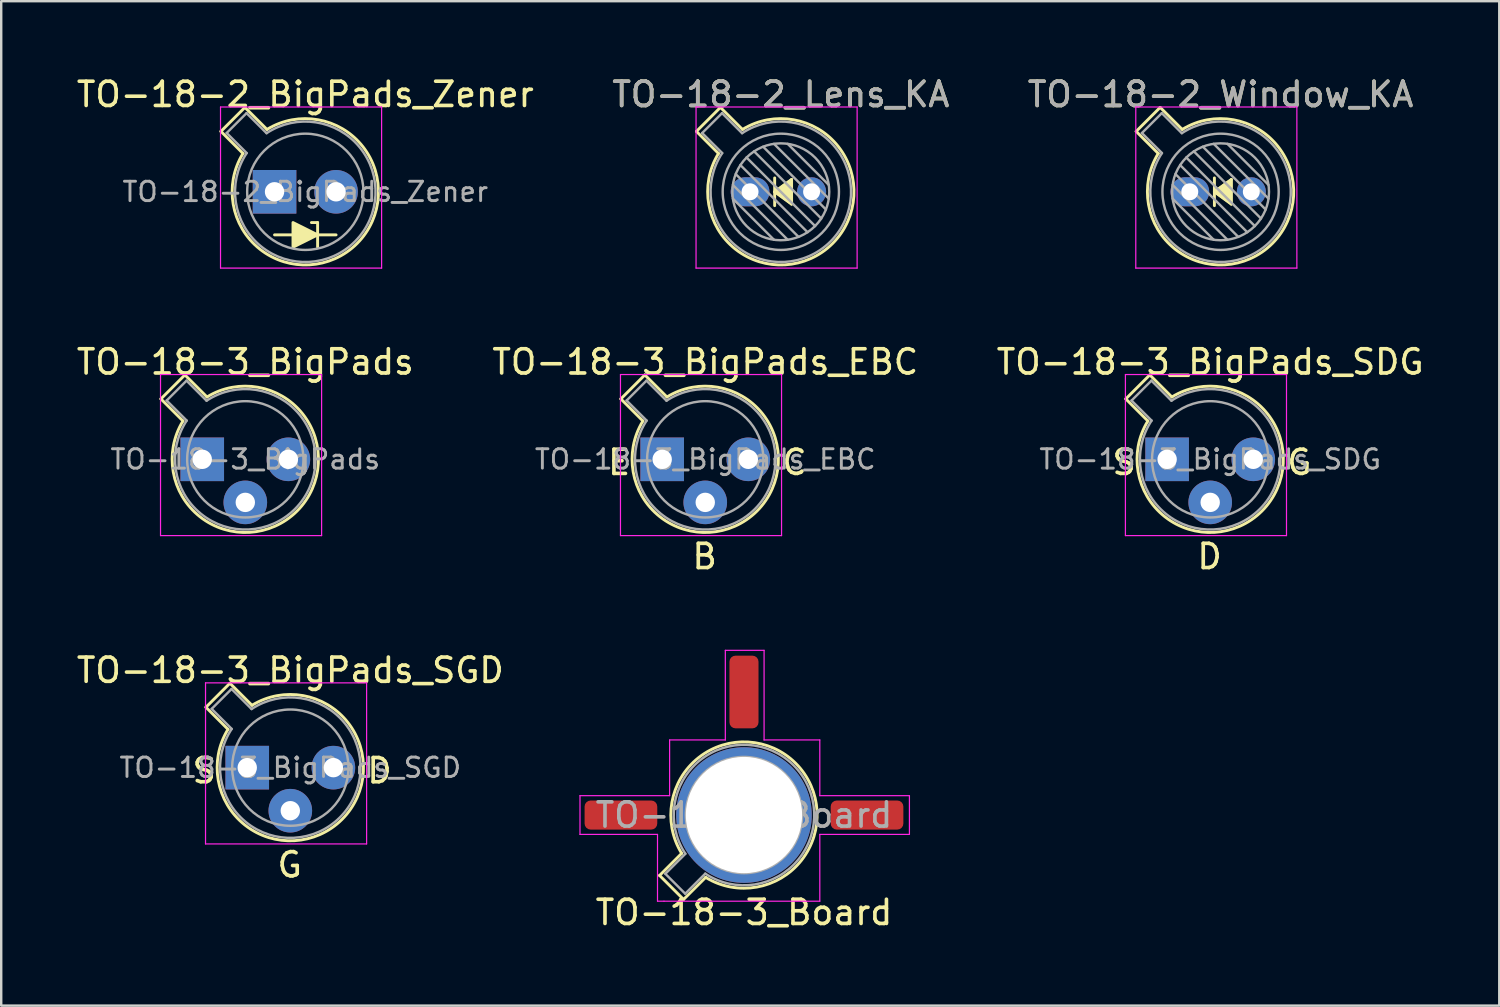
<source format=kicad_pcb>
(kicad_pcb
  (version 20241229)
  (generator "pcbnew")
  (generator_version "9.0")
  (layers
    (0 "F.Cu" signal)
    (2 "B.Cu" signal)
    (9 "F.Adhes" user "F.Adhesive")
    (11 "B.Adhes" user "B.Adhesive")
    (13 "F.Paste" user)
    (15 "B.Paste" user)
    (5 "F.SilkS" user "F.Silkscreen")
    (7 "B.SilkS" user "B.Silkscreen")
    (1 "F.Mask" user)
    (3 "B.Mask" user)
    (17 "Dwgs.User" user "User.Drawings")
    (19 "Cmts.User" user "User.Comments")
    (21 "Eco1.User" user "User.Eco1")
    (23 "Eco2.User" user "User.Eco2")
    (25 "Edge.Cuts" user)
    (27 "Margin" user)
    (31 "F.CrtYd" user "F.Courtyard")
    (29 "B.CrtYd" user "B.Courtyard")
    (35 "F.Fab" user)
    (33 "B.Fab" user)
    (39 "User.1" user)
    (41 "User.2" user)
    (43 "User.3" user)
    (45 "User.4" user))
  (footprint "TO-18-2_Lens_KA"
    (layer "F.Cu")
    (at 27.915 4.868)
    (property "Reference" "TO-18-2_Lens_KA" (at 1.27 -4.02 0) (layer "F.SilkS") (effects (font (size 1 1) (thickness 0.15))))
    (attr through_hole)
    (fp_line (start -2.214 -2.494) (end -1.302 -1.582) (stroke (width 0.12) (type solid)) (layer "F.SilkS"))
    (fp_line (start -1.224 -3.484) (end -2.214 -2.494) (stroke (width 0.12) (type solid)) (layer "F.SilkS"))
    (fp_line (start -0.312 -2.572) (end -1.224 -3.484) (stroke (width 0.12) (type solid)) (layer "F.SilkS"))
    (fp_line (start 1.016 0) (end 1.714 -0.508) (stroke (width 0.12) (type solid)) (layer "F.SilkS"))
    (fp_line (start 1.016 0.572) (end 1.016 -0.572) (stroke (width 0.12) (type solid)) (layer "F.SilkS"))
    (fp_line (start 1.714 -0.508) (end 1.714 0.508) (stroke (width 0.12) (type solid)) (layer "F.SilkS"))
    (fp_line (start 1.714 0.508) (end 1.016 0) (stroke (width 0.12) (type solid)) (layer "F.SilkS"))
    (fp_arc (start -0.312331 -2.572281) (mid 3.405374 2.135551) (end -1.30215 -1.582544) (stroke (width 0.12) (type solid)) (layer "F.SilkS"))
    (fp_poly (pts (xy 1.016 0) (xy 1.714 -0.508) (xy 1.714 0.508)) (stroke (width 0.1) (type solid)) (fill yes) (layer "F.SilkS"))
    (fp_line (start -2.23 -3.5) (end -2.23 3.15) (stroke (width 0.05) (type solid)) (layer "F.CrtYd"))
    (fp_line (start -2.23 3.15) (end 4.42 3.15) (stroke (width 0.05) (type solid)) (layer "F.CrtYd"))
    (fp_line (start 4.42 -3.5) (end -2.23 -3.5) (stroke (width 0.05) (type solid)) (layer "F.CrtYd"))
    (fp_line (start 4.42 3.15) (end 4.42 -3.5) (stroke (width 0.05) (type solid)) (layer "F.CrtYd"))
    (fp_line (start -1.977 -2.426) (end -1.149 -1.599) (stroke (width 0.1) (type solid)) (layer "F.Fab"))
    (fp_line (start -1.156 -3.247) (end -1.977 -2.426) (stroke (width 0.1) (type solid)) (layer "F.Fab"))
    (fp_line (start -0.71 -0.283) (end 1.553 1.98) (stroke (width 0.1) (type solid)) (layer "F.Fab"))
    (fp_line (start -0.71 0.283) (end 0.987 1.98) (stroke (width 0.1) (type solid)) (layer "F.Fab"))
    (fp_line (start -0.592 -0.731) (end 2.001 1.862) (stroke (width 0.1) (type solid)) (layer "F.Fab"))
    (fp_line (start -0.399 -1.103) (end 2.373 1.669) (stroke (width 0.1) (type solid)) (layer "F.Fab"))
    (fp_line (start -0.329 -2.419) (end -1.156 -3.247) (stroke (width 0.1) (type solid)) (layer "F.Fab"))
    (fp_line (start -0.145 -1.415) (end 2.685 1.415) (stroke (width 0.1) (type solid)) (layer "F.Fab"))
    (fp_line (start 0.167 -1.669) (end 2.939 1.103) (stroke (width 0.1) (type solid)) (layer "F.Fab"))
    (fp_line (start 0.539 -1.862) (end 3.132 0.731) (stroke (width 0.1) (type solid)) (layer "F.Fab"))
    (fp_line (start 0.987 -1.98) (end 3.25 0.283) (stroke (width 0.1) (type solid)) (layer "F.Fab"))
    (fp_line (start 1.553 -1.98) (end 3.25 -0.283) (stroke (width 0.1) (type solid)) (layer "F.Fab"))
    (fp_arc (start -0.329057 -2.419301) (mid 3.321076 2.050143) (end -1.150029 -1.597956) (stroke (width 0.1) (type solid)) (layer "F.Fab"))
    (fp_circle (center 1.27 0) (end 3.27 0) (stroke (width 0.1) (type solid)) (fill no) (layer "F.Fab"))
    (fp_circle (center 1.27 0) (end 3.67 0) (stroke (width 0.1) (type solid)) (fill no) (layer "F.Fab"))
    (fp_text user "${REFERENCE}" (at 1.27 -4.02 0) (layer "F.Fab") (effects (font (size 1 1) (thickness 0.15))))
    (pad "1" thru_hole oval (at 0 0) (size 1.6 1.2) (drill 0.7) (layers "*.Cu" "*.Mask"))
    (pad "2" thru_hole oval (at 2.54 0) (size 1.2 1.2) (drill 0.7) (layers "*.Cu" "*.Mask")))
  (footprint "TO-18-3_BigPads"
    (layer "F.Cu")
    (at 5.299 15.912)
    (property "Reference" "TO-18-3_BigPads" (at 1.778 -4.02 0) (layer "F.SilkS") (effects (font (size 1 1) (thickness 0.15))))
    (attr through_hole)
    (fp_line (start -1.706 -2.494) (end -0.794 -1.582) (stroke (width 0.12) (type solid)) (layer "F.SilkS"))
    (fp_line (start -0.716 -3.484) (end -1.706 -2.494) (stroke (width 0.12) (type solid)) (layer "F.SilkS"))
    (fp_line (start 0.196 -2.572) (end -0.716 -3.484) (stroke (width 0.12) (type solid)) (layer "F.SilkS"))
    (fp_arc (start 0.195669 -2.572281) (mid 3.913374 2.135551) (end -0.79415 -1.582544) (stroke (width 0.12) (type solid)) (layer "F.SilkS"))
    (fp_line (start -1.722 -3.5) (end -1.722 3.15) (stroke (width 0.05) (type solid)) (layer "F.CrtYd"))
    (fp_line (start -1.722 3.15) (end 4.928 3.15) (stroke (width 0.05) (type solid)) (layer "F.CrtYd"))
    (fp_line (start 4.928 -3.5) (end -1.722 -3.5) (stroke (width 0.05) (type solid)) (layer "F.CrtYd"))
    (fp_line (start 4.928 3.15) (end 4.928 -3.5) (stroke (width 0.05) (type solid)) (layer "F.CrtYd"))
    (fp_line (start -1.469 -2.426) (end -0.641 -1.599) (stroke (width 0.1) (type solid)) (layer "F.Fab"))
    (fp_line (start -0.648 -3.247) (end -1.469 -2.426) (stroke (width 0.1) (type solid)) (layer "F.Fab"))
    (fp_line (start 0.179 -2.419) (end -0.648 -3.247) (stroke (width 0.1) (type solid)) (layer "F.Fab"))
    (fp_arc (start 0.178943 -2.419301) (mid 3.829076 2.050143) (end -0.642029 -1.597956) (stroke (width 0.1) (type solid)) (layer "F.Fab"))
    (fp_circle (center 1.778 0) (end 4.178 0) (stroke (width 0.1) (type solid)) (fill no) (layer "F.Fab"))
    (fp_text user "${REFERENCE}" (at 1.778 0.000001 0) (layer "F.Fab") (effects (font (size 0.8 0.8) (thickness 0.12))))
    (pad "1" thru_hole rect (at 0 0) (size 1.8 1.8) (drill 0.8) (layers "*.Cu" "*.Mask"))
    (pad "2" thru_hole oval (at 1.778 1.778) (size 1.8 1.8) (drill 0.8) (layers "*.Cu" "*.Mask"))
    (pad "3" thru_hole oval (at 3.556 0) (size 1.8 1.8) (drill 0.8) (layers "*.Cu" "*.Mask")))
  (footprint "TO-18-3_BigPads_SGD"
    (layer "F.Cu")
    (at 7.157 28.641)
    (property "Reference" "TO-18-3_BigPads_SGD" (at 1.778 -4.02 0) (layer "F.SilkS") (effects (font (size 1 1) (thickness 0.15))))
    (attr through_hole)
    (fp_line (start -1.706 -2.494) (end -0.794 -1.582) (stroke (width 0.12) (type solid)) (layer "F.SilkS"))
    (fp_line (start -0.716 -3.484) (end -1.706 -2.494) (stroke (width 0.12) (type solid)) (layer "F.SilkS"))
    (fp_line (start 0.196 -2.572) (end -0.716 -3.484) (stroke (width 0.12) (type solid)) (layer "F.SilkS"))
    (fp_arc (start 0.195669 -2.572281) (mid 3.913374 2.135551) (end -0.79415 -1.582544) (stroke (width 0.12) (type solid)) (layer "F.SilkS"))
    (fp_line (start -1.722 -3.5) (end -1.722 3.15) (stroke (width 0.05) (type solid)) (layer "F.CrtYd"))
    (fp_line (start -1.722 3.15) (end 4.928 3.15) (stroke (width 0.05) (type solid)) (layer "F.CrtYd"))
    (fp_line (start 4.928 -3.5) (end -1.722 -3.5) (stroke (width 0.05) (type solid)) (layer "F.CrtYd"))
    (fp_line (start 4.928 3.15) (end 4.928 -3.5) (stroke (width 0.05) (type solid)) (layer "F.CrtYd"))
    (fp_line (start -1.469 -2.426) (end -0.641 -1.599) (stroke (width 0.1) (type solid)) (layer "F.Fab"))
    (fp_line (start -0.648 -3.247) (end -1.469 -2.426) (stroke (width 0.1) (type solid)) (layer "F.Fab"))
    (fp_line (start 0.179 -2.419) (end -0.648 -3.247) (stroke (width 0.1) (type solid)) (layer "F.Fab"))
    (fp_arc (start 0.178943 -2.419301) (mid 3.829076 2.050143) (end -0.642029 -1.597956) (stroke (width 0.1) (type solid)) (layer "F.Fab"))
    (fp_circle (center 1.778 0) (end 4.178 0) (stroke (width 0.1) (type solid)) (fill no) (layer "F.Fab"))
    (fp_text user "G" (at 1.753 4.013 0) (unlocked yes) (layer "F.SilkS") (effects (font (size 1 1) (thickness 0.15))))
    (fp_text user "D" (at 5.461 0.127 0) (unlocked yes) (layer "F.SilkS") (effects (font (size 1 1) (thickness 0.15))))
    (fp_text user "S" (at -1.778 0.127 0) (unlocked yes) (layer "F.SilkS") (effects (font (size 1 1) (thickness 0.15))))
    (fp_text user "${REFERENCE}" (at 1.778 0.000001 0) (layer "F.Fab") (effects (font (size 0.8 0.8) (thickness 0.12))))
    (pad "1" thru_hole rect (at 0 0) (size 1.8 1.8) (drill 0.8) (layers "*.Cu" "*.Mask"))
    (pad "2" thru_hole oval (at 1.778 1.778) (size 1.8 1.8) (drill 0.8) (layers "*.Cu" "*.Mask"))
    (pad "3" thru_hole oval (at 3.556 0) (size 1.8 1.8) (drill 0.8) (layers "*.Cu" "*.Mask")))
  (footprint "TO-18-3_BigPads_EBC"
    (layer "F.Cu")
    (at 24.287 15.912)
    (property "Reference" "TO-18-3_BigPads_EBC" (at 1.778 -4.02 0) (layer "F.SilkS") (effects (font (size 1 1) (thickness 0.15))))
    (attr through_hole)
    (fp_line (start -1.706 -2.494) (end -0.794 -1.582) (stroke (width 0.12) (type solid)) (layer "F.SilkS"))
    (fp_line (start -0.716 -3.484) (end -1.706 -2.494) (stroke (width 0.12) (type solid)) (layer "F.SilkS"))
    (fp_line (start 0.196 -2.572) (end -0.716 -3.484) (stroke (width 0.12) (type solid)) (layer "F.SilkS"))
    (fp_arc (start 0.195669 -2.572281) (mid 3.913374 2.135551) (end -0.79415 -1.582544) (stroke (width 0.12) (type solid)) (layer "F.SilkS"))
    (fp_line (start -1.722 -3.5) (end -1.722 3.15) (stroke (width 0.05) (type solid)) (layer "F.CrtYd"))
    (fp_line (start -1.722 3.15) (end 4.928 3.15) (stroke (width 0.05) (type solid)) (layer "F.CrtYd"))
    (fp_line (start 4.928 -3.5) (end -1.722 -3.5) (stroke (width 0.05) (type solid)) (layer "F.CrtYd"))
    (fp_line (start 4.928 3.15) (end 4.928 -3.5) (stroke (width 0.05) (type solid)) (layer "F.CrtYd"))
    (fp_line (start -1.469 -2.426) (end -0.641 -1.599) (stroke (width 0.1) (type solid)) (layer "F.Fab"))
    (fp_line (start -0.648 -3.247) (end -1.469 -2.426) (stroke (width 0.1) (type solid)) (layer "F.Fab"))
    (fp_line (start 0.179 -2.419) (end -0.648 -3.247) (stroke (width 0.1) (type solid)) (layer "F.Fab"))
    (fp_arc (start 0.178943 -2.419301) (mid 3.829076 2.050143) (end -0.642029 -1.597956) (stroke (width 0.1) (type solid)) (layer "F.Fab"))
    (fp_circle (center 1.778 0) (end 4.178 0) (stroke (width 0.1) (type solid)) (fill no) (layer "F.Fab"))
    (fp_text user "E" (at -1.778 0.127 0) (unlocked yes) (layer "F.SilkS") (effects (font (size 1 1) (thickness 0.15))))
    (fp_text user "C" (at 5.461 0.127 0) (unlocked yes) (layer "F.SilkS") (effects (font (size 1 1) (thickness 0.15))))
    (fp_text user "B" (at 1.753 4.013 0) (unlocked yes) (layer "F.SilkS") (effects (font (size 1 1) (thickness 0.15))))
    (fp_text user "${REFERENCE}" (at 1.778 0.000001 0) (layer "F.Fab") (effects (font (size 0.8 0.8) (thickness 0.12))))
    (pad "1" thru_hole rect (at 0 0) (size 1.8 1.8) (drill 0.8) (layers "*.Cu" "*.Mask"))
    (pad "2" thru_hole oval (at 1.778 1.778) (size 1.8 1.8) (drill 0.8) (layers "*.Cu" "*.Mask"))
    (pad "3" thru_hole oval (at 3.556 0) (size 1.8 1.8) (drill 0.8) (layers "*.Cu" "*.Mask")))
  (footprint "TO-18-2_BigPads_Zener"
    (layer "F.Cu")
    (at 8.284 4.868)
    (property "Reference" "TO-18-2_BigPads_Zener" (at 1.27 -4.02 0) (layer "F.SilkS") (effects (font (size 1 1) (thickness 0.15))))
    (attr through_hole)
    (fp_line (start -2.214 -2.494) (end -1.302 -1.582) (stroke (width 0.12) (type solid)) (layer "F.SilkS"))
    (fp_line (start -1.224 -3.484) (end -2.214 -2.494) (stroke (width 0.12) (type solid)) (layer "F.SilkS"))
    (fp_line (start -0.312 -2.572) (end -1.224 -3.484) (stroke (width 0.12) (type solid)) (layer "F.SilkS"))
    (fp_line (start 0 1.778) (end 2.54 1.778) (stroke (width 0.12) (type default)) (layer "F.SilkS"))
    (fp_line (start 1.778 1.27) (end 1.524 1.27) (stroke (width 0.12) (type default)) (layer "F.SilkS"))
    (fp_line (start 1.778 1.27) (end 1.778 2.286) (stroke (width 0.12) (type default)) (layer "F.SilkS"))
    (fp_arc (start -0.312331 -2.572281) (mid 3.405374 2.135551) (end -1.30215 -1.582544) (stroke (width 0.12) (type solid)) (layer "F.SilkS"))
    (fp_poly (pts (xy 0.762 1.27) (xy 1.778 1.778) (xy 0.762 2.286)) (stroke (width 0.12) (type solid)) (fill yes) (layer "F.SilkS"))
    (fp_line (start -2.23 -3.5) (end -2.23 3.15) (stroke (width 0.05) (type solid)) (layer "F.CrtYd"))
    (fp_line (start -2.23 3.15) (end 4.42 3.15) (stroke (width 0.05) (type solid)) (layer "F.CrtYd"))
    (fp_line (start 4.42 -3.5) (end -2.23 -3.5) (stroke (width 0.05) (type solid)) (layer "F.CrtYd"))
    (fp_line (start 4.42 3.15) (end 4.42 -3.5) (stroke (width 0.05) (type solid)) (layer "F.CrtYd"))
    (fp_line (start -1.977 -2.426) (end -1.149 -1.599) (stroke (width 0.1) (type solid)) (layer "F.Fab"))
    (fp_line (start -1.156 -3.247) (end -1.977 -2.426) (stroke (width 0.1) (type solid)) (layer "F.Fab"))
    (fp_line (start -0.329 -2.419) (end -1.156 -3.247) (stroke (width 0.1) (type solid)) (layer "F.Fab"))
    (fp_arc (start -0.329057 -2.419301) (mid 3.321075 2.050145) (end -1.150029 -1.597956) (stroke (width 0.1) (type solid)) (layer "F.Fab"))
    (fp_circle (center 1.27 0) (end 3.67 0) (stroke (width 0.1) (type solid)) (fill no) (layer "F.Fab"))
    (fp_text user "${REFERENCE}" (at 1.27 0 0) (layer "F.Fab") (effects (font (size 0.8 0.8) (thickness 0.12))))
    (pad "1" thru_hole rect (at 0 0) (size 1.8 1.8) (drill 0.8) (layers "*.Cu" "*.Mask"))
    (pad "2" thru_hole oval (at 2.54 0) (size 1.8 1.8) (drill 0.8) (layers "*.Cu" "*.Mask")))
  (footprint "TO-18-2_Window_KA"
    (layer "F.Cu")
    (at 46.069 4.868)
    (property "Reference" "TO-18-2_Window_KA" (at 1.27 -4.02 0) (layer "F.SilkS") (effects (font (size 1 1) (thickness 0.15))))
    (attr through_hole)
    (fp_line (start -2.214 -2.494) (end -1.302 -1.582) (stroke (width 0.12) (type solid)) (layer "F.SilkS"))
    (fp_line (start -1.224 -3.484) (end -2.214 -2.494) (stroke (width 0.12) (type solid)) (layer "F.SilkS"))
    (fp_line (start -0.312 -2.572) (end -1.224 -3.484) (stroke (width 0.12) (type solid)) (layer "F.SilkS"))
    (fp_line (start 1.016 0) (end 1.714 -0.508) (stroke (width 0.12) (type solid)) (layer "F.SilkS"))
    (fp_line (start 1.016 0.572) (end 1.016 -0.572) (stroke (width 0.12) (type solid)) (layer "F.SilkS"))
    (fp_line (start 1.714 -0.508) (end 1.714 0.508) (stroke (width 0.12) (type solid)) (layer "F.SilkS"))
    (fp_line (start 1.714 0.508) (end 1.016 0) (stroke (width 0.12) (type solid)) (layer "F.SilkS"))
    (fp_arc (start -0.312331 -2.572281) (mid 3.405374 2.135551) (end -1.30215 -1.582544) (stroke (width 0.12) (type solid)) (layer "F.SilkS"))
    (fp_poly (pts (xy 1.016 0) (xy 1.714 -0.508) (xy 1.714 0.508)) (stroke (width 0.1) (type solid)) (fill yes) (layer "F.SilkS"))
    (fp_line (start -2.23 -3.5) (end -2.23 3.15) (stroke (width 0.05) (type solid)) (layer "F.CrtYd"))
    (fp_line (start -2.23 3.15) (end 4.42 3.15) (stroke (width 0.05) (type solid)) (layer "F.CrtYd"))
    (fp_line (start 4.42 -3.5) (end -2.23 -3.5) (stroke (width 0.05) (type solid)) (layer "F.CrtYd"))
    (fp_line (start 4.42 3.15) (end 4.42 -3.5) (stroke (width 0.05) (type solid)) (layer "F.CrtYd"))
    (fp_line (start -1.977 -2.426) (end -1.149 -1.599) (stroke (width 0.1) (type solid)) (layer "F.Fab"))
    (fp_line (start -1.156 -3.247) (end -1.977 -2.426) (stroke (width 0.1) (type solid)) (layer "F.Fab"))
    (fp_line (start -0.71 -0.283) (end 1.553 1.98) (stroke (width 0.1) (type solid)) (layer "F.Fab"))
    (fp_line (start -0.71 0.283) (end 0.987 1.98) (stroke (width 0.1) (type solid)) (layer "F.Fab"))
    (fp_line (start -0.592 -0.731) (end 2.001 1.862) (stroke (width 0.1) (type solid)) (layer "F.Fab"))
    (fp_line (start -0.399 -1.103) (end 2.373 1.669) (stroke (width 0.1) (type solid)) (layer "F.Fab"))
    (fp_line (start -0.329 -2.419) (end -1.156 -3.247) (stroke (width 0.1) (type solid)) (layer "F.Fab"))
    (fp_line (start -0.145 -1.415) (end 2.685 1.415) (stroke (width 0.1) (type solid)) (layer "F.Fab"))
    (fp_line (start 0.167 -1.669) (end 2.939 1.103) (stroke (width 0.1) (type solid)) (layer "F.Fab"))
    (fp_line (start 0.539 -1.862) (end 3.132 0.731) (stroke (width 0.1) (type solid)) (layer "F.Fab"))
    (fp_line (start 0.987 -1.98) (end 3.25 0.283) (stroke (width 0.1) (type solid)) (layer "F.Fab"))
    (fp_line (start 1.553 -1.98) (end 3.25 -0.283) (stroke (width 0.1) (type solid)) (layer "F.Fab"))
    (fp_arc (start -0.329057 -2.419301) (mid 3.321076 2.050143) (end -1.150029 -1.597956) (stroke (width 0.1) (type solid)) (layer "F.Fab"))
    (fp_circle (center 1.27 0) (end 3.27 0) (stroke (width 0.1) (type solid)) (fill no) (layer "F.Fab"))
    (fp_circle (center 1.27 0) (end 3.67 0) (stroke (width 0.1) (type solid)) (fill no) (layer "F.Fab"))
    (fp_text user "${REFERENCE}" (at 1.27 -4.02 0) (layer "F.Fab") (effects (font (size 1 1) (thickness 0.15))))
    (pad "1" thru_hole oval (at 0 0) (size 1.6 1.2) (drill 0.7) (layers "*.Cu" "*.Mask"))
    (pad "2" thru_hole oval (at 2.54 0) (size 1.2 1.2) (drill 0.7) (layers "*.Cu" "*.Mask")))
  (footprint "TO-18-3_Board"
    (layer "F.Cu")
    (at 27.664 30.598)
    (property "Reference" "TO-18-3_Board" (at 0 4.02 0) (layer "F.SilkS") (effects (font (size 1 1) (thickness 0.15))))
    (attr through_hole)
    (fp_line (start -3.484 2.494) (end -2.572 1.582) (stroke (width 0.12) (type solid)) (layer "F.SilkS"))
    (fp_line (start -2.494 3.484) (end -3.484 2.494) (stroke (width 0.12) (type solid)) (layer "F.SilkS"))
    (fp_line (start -1.582 2.572) (end -2.494 3.484) (stroke (width 0.12) (type solid)) (layer "F.SilkS"))
    (fp_arc (start -2.57215 1.582544) (mid 2.135374 -2.135551) (end -1.582331 2.572281) (stroke (width 0.12) (type solid)) (layer "F.SilkS"))
    (fp_line (start -6.77 -0.8) (end -6.77 0.8) (stroke (width 0.05) (type solid)) (layer "F.CrtYd"))
    (fp_line (start -6.77 0.8) (end -3.57 0.8) (stroke (width 0.05) (type solid)) (layer "F.CrtYd"))
    (fp_line (start -3.57 0.8) (end -3.57 3.556) (stroke (width 0.05) (type solid)) (layer "F.CrtYd"))
    (fp_line (start -3.57 3.556) (end -3.302 3.556) (stroke (width 0.05) (type solid)) (layer "F.CrtYd"))
    (fp_line (start -3.302 3.556) (end 3.13 3.556) (stroke (width 0.05) (type solid)) (layer "F.CrtYd"))
    (fp_line (start -3.07 -3.1) (end -3.07 -0.8) (stroke (width 0.05) (type solid)) (layer "F.CrtYd"))
    (fp_line (start -3.07 -0.8) (end -6.77 -0.8) (stroke (width 0.05) (type solid)) (layer "F.CrtYd"))
    (fp_line (start -0.77 -6.8) (end -0.77 -3.1) (stroke (width 0.05) (type solid)) (layer "F.CrtYd"))
    (fp_line (start -0.77 -3.1) (end -3.07 -3.1) (stroke (width 0.05) (type solid)) (layer "F.CrtYd"))
    (fp_line (start 0.83 -6.8) (end -0.77 -6.8) (stroke (width 0.05) (type solid)) (layer "F.CrtYd"))
    (fp_line (start 0.83 -3.1) (end 0.83 -6.8) (stroke (width 0.05) (type solid)) (layer "F.CrtYd"))
    (fp_line (start 3.13 -3.1) (end 0.83 -3.1) (stroke (width 0.05) (type solid)) (layer "F.CrtYd"))
    (fp_line (start 3.13 -0.8) (end 3.13 -3.1) (stroke (width 0.05) (type solid)) (layer "F.CrtYd"))
    (fp_line (start 3.13 0.8) (end 6.83 0.8) (stroke (width 0.05) (type solid)) (layer "F.CrtYd"))
    (fp_line (start 3.13 3.556) (end 3.13 0.8) (stroke (width 0.05) (type solid)) (layer "F.CrtYd"))
    (fp_line (start 6.83 -0.8) (end 3.13 -0.8) (stroke (width 0.05) (type solid)) (layer "F.CrtYd"))
    (fp_line (start 6.83 0.8) (end 6.83 -0.8) (stroke (width 0.05) (type solid)) (layer "F.CrtYd"))
    (fp_line (start -3.247 2.426) (end -2.419 1.599) (stroke (width 0.1) (type solid)) (layer "F.Fab"))
    (fp_line (start -2.426 3.247) (end -3.247 2.426) (stroke (width 0.1) (type solid)) (layer "F.Fab"))
    (fp_line (start -1.599 2.419) (end -2.426 3.247) (stroke (width 0.1) (type solid)) (layer "F.Fab"))
    (fp_arc (start -2.420029 1.597956) (mid 2.051077 -2.050143) (end -1.599057 2.419301) (stroke (width 0.1) (type solid)) (layer "F.Fab"))
    (fp_circle (center 0 0) (end 2.4 0) (stroke (width 0.1) (type solid)) (fill no) (layer "F.Fab"))
    (fp_text user "${REFERENCE}" (at 0 0 0) (layer "F.Fab") (effects (font (size 1 1) (thickness 0.15))))
    (pad "1" smd roundrect (at -5.08 0) (size 3 1.2) (layers "F.Cu" "F.Mask" "F.Paste") (roundrect_rratio 0.208))
    (pad "2" smd roundrect (at 0 -5.08) (size 1.2 3) (layers "F.Cu" "F.Mask" "F.Paste") (roundrect_rratio 0.208))
    (pad "3" smd roundrect (at 5.08 0) (size 3 1.2) (layers "F.Cu" "F.Mask" "F.Paste") (roundrect_rratio 0.208))
    (pad "4" thru_hole circle (at 0 0) (size 5.6 5.6) (drill 4.8) (layers "*.Cu" "*.Mask")))
  (footprint "TO-18-3_BigPads_SDG"
    (layer "F.Cu")
    (at 45.133 15.912)
    (property "Reference" "TO-18-3_BigPads_SDG" (at 1.778 -4.02 0) (layer "F.SilkS") (effects (font (size 1 1) (thickness 0.15))))
    (attr through_hole)
    (fp_line (start -1.706 -2.494) (end -0.794 -1.582) (stroke (width 0.12) (type solid)) (layer "F.SilkS"))
    (fp_line (start -0.716 -3.484) (end -1.706 -2.494) (stroke (width 0.12) (type solid)) (layer "F.SilkS"))
    (fp_line (start 0.196 -2.572) (end -0.716 -3.484) (stroke (width 0.12) (type solid)) (layer "F.SilkS"))
    (fp_arc (start 0.195669 -2.572281) (mid 3.913374 2.135551) (end -0.79415 -1.582544) (stroke (width 0.12) (type solid)) (layer "F.SilkS"))
    (fp_line (start -1.722 -3.5) (end -1.722 3.15) (stroke (width 0.05) (type solid)) (layer "F.CrtYd"))
    (fp_line (start -1.722 3.15) (end 4.928 3.15) (stroke (width 0.05) (type solid)) (layer "F.CrtYd"))
    (fp_line (start 4.928 -3.5) (end -1.722 -3.5) (stroke (width 0.05) (type solid)) (layer "F.CrtYd"))
    (fp_line (start 4.928 3.15) (end 4.928 -3.5) (stroke (width 0.05) (type solid)) (layer "F.CrtYd"))
    (fp_line (start -1.469 -2.426) (end -0.641 -1.599) (stroke (width 0.1) (type solid)) (layer "F.Fab"))
    (fp_line (start -0.648 -3.247) (end -1.469 -2.426) (stroke (width 0.1) (type solid)) (layer "F.Fab"))
    (fp_line (start 0.179 -2.419) (end -0.648 -3.247) (stroke (width 0.1) (type solid)) (layer "F.Fab"))
    (fp_arc (start 0.178943 -2.419301) (mid 3.829076 2.050143) (end -0.642029 -1.597956) (stroke (width 0.1) (type solid)) (layer "F.Fab"))
    (fp_circle (center 1.778 0) (end 4.178 0) (stroke (width 0.1) (type solid)) (fill no) (layer "F.Fab"))
    (fp_text user "G" (at 5.461 0.127 0) (unlocked yes) (layer "F.SilkS") (effects (font (size 1 1) (thickness 0.15))))
    (fp_text user "D" (at 1.753 4.013 0) (unlocked yes) (layer "F.SilkS") (effects (font (size 1 1) (thickness 0.15))))
    (fp_text user "S" (at -1.778 0.127 0) (unlocked yes) (layer "F.SilkS") (effects (font (size 1 1) (thickness 0.15))))
    (fp_text user "${REFERENCE}" (at 1.778 0.000001 0) (layer "F.Fab") (effects (font (size 0.8 0.8) (thickness 0.12))))
    (pad "1" thru_hole rect (at 0 0) (size 1.8 1.8) (drill 0.8) (layers "*.Cu" "*.Mask"))
    (pad "2" thru_hole oval (at 1.778 1.778) (size 1.8 1.8) (drill 0.8) (layers "*.Cu" "*.Mask"))
    (pad "3" thru_hole oval (at 3.556 0) (size 1.8 1.8) (drill 0.8) (layers "*.Cu" "*.Mask")))
  (gr_rect
    (start -3 -3)
    (end 58.845 38.466)
    (stroke (width 0.1) (type default))
    (fill no)
    (layer "Edge.Cuts")))
</source>
